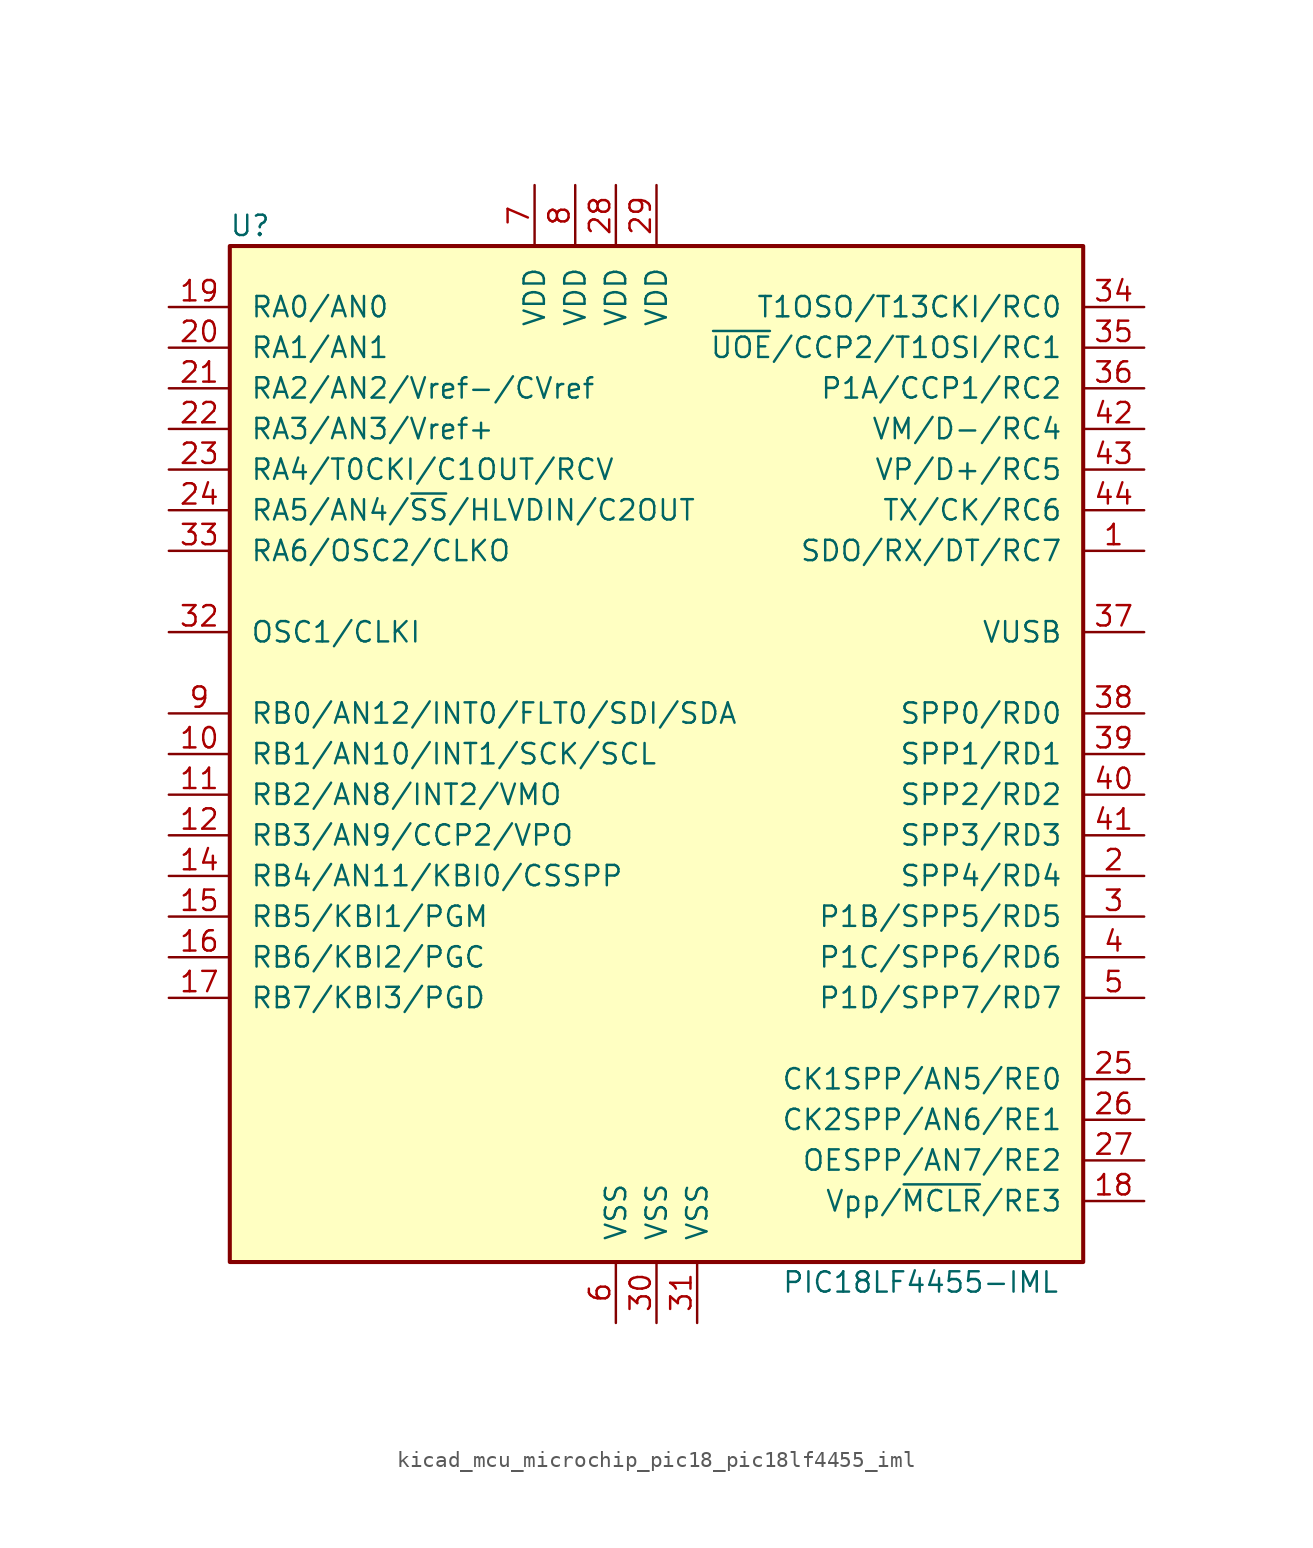
<source format=kicad_sym>
(kicad_symbol_lib
  (version 20220914)
  (generator kicad_symbol_editor)
  (symbol "kicad_mcu_microchip_pic18_pic18lf4455_iml"
    (pin_names
      (offset 1.27))
    (property "Reference" "U"
      (at -25.4 33.02 0)
      (effects (font (size 1.27 1.27))))
    (property "Value" "PIC18LF4455-IML"
      (at 16.51 -33.02 0)
      (effects (font (size 1.27 1.27))))
    (symbol "kicad_mcu_microchip_pic18_pic18lf4455_iml_0_1"
      (rectangle (start -26.67 31.75) (end 26.67 -31.75) (stroke (width 0.254) (type default)) (fill (type background))))
    (symbol "kicad_mcu_microchip_pic18_pic18lf4455_iml_1_1"
      (pin bidirectional line (at 30.48 12.7 180) (length 3.81) (name "SDO/RX/DT/RC7" (effects (font (size 1.27 1.27)))) (number "1" (effects (font (size 1.27 1.27)))))
      (pin bidirectional line (at -30.48 0 0) (length 3.81) (name "RB1/AN10/INT1/SCK/SCL" (effects (font (size 1.27 1.27)))) (number "10" (effects (font (size 1.27 1.27)))))
      (pin bidirectional line (at -30.48 -2.54 0) (length 3.81) (name "RB2/AN8/INT2/VMO" (effects (font (size 1.27 1.27)))) (number "11" (effects (font (size 1.27 1.27)))))
      (pin bidirectional line (at -30.48 -5.08 0) (length 3.81) (name "RB3/AN9/CCP2/VPO" (effects (font (size 1.27 1.27)))) (number "12" (effects (font (size 1.27 1.27)))))
      (pin no_connect line (at -7.62 -31.75 90) (length 3.81) hide (name "NC" (effects (font (size 1.27 1.27)))) (number "13" (effects (font (size 1.27 1.27)))))
      (pin bidirectional line (at -30.48 -7.62 0) (length 3.81) (name "RB4/AN11/KBI0/CSSPP" (effects (font (size 1.27 1.27)))) (number "14" (effects (font (size 1.27 1.27)))))
      (pin bidirectional line (at -30.48 -10.16 0) (length 3.81) (name "RB5/KBI1/PGM" (effects (font (size 1.27 1.27)))) (number "15" (effects (font (size 1.27 1.27)))))
      (pin bidirectional line (at -30.48 -12.7 0) (length 3.81) (name "RB6/KBI2/PGC" (effects (font (size 1.27 1.27)))) (number "16" (effects (font (size 1.27 1.27)))))
      (pin bidirectional line (at -30.48 -15.24 0) (length 3.81) (name "RB7/KBI3/PGD" (effects (font (size 1.27 1.27)))) (number "17" (effects (font (size 1.27 1.27)))))
      (pin input line (at 30.48 -27.94 180) (length 3.81) (name "Vpp/~{MCLR}/RE3" (effects (font (size 1.27 1.27)))) (number "18" (effects (font (size 1.27 1.27)))))
      (pin bidirectional line (at -30.48 27.94 0) (length 3.81) (name "RA0/AN0" (effects (font (size 1.27 1.27)))) (number "19" (effects (font (size 1.27 1.27)))))
      (pin bidirectional line (at 30.48 -7.62 180) (length 3.81) (name "SPP4/RD4" (effects (font (size 1.27 1.27)))) (number "2" (effects (font (size 1.27 1.27)))))
      (pin bidirectional line (at -30.48 25.4 0) (length 3.81) (name "RA1/AN1" (effects (font (size 1.27 1.27)))) (number "20" (effects (font (size 1.27 1.27)))))
      (pin bidirectional line (at -30.48 22.86 0) (length 3.81) (name "RA2/AN2/Vref-/CVref" (effects (font (size 1.27 1.27)))) (number "21" (effects (font (size 1.27 1.27)))))
      (pin bidirectional line (at -30.48 20.32 0) (length 3.81) (name "RA3/AN3/Vref+" (effects (font (size 1.27 1.27)))) (number "22" (effects (font (size 1.27 1.27)))))
      (pin bidirectional line (at -30.48 17.78 0) (length 3.81) (name "RA4/T0CKI/C1OUT/RCV" (effects (font (size 1.27 1.27)))) (number "23" (effects (font (size 1.27 1.27)))))
      (pin bidirectional line (at -30.48 15.24 0) (length 3.81) (name "RA5/AN4/~{SS}/HLVDIN/C2OUT" (effects (font (size 1.27 1.27)))) (number "24" (effects (font (size 1.27 1.27)))))
      (pin bidirectional line (at 30.48 -20.32 180) (length 3.81) (name "CK1SPP/AN5/RE0" (effects (font (size 1.27 1.27)))) (number "25" (effects (font (size 1.27 1.27)))))
      (pin bidirectional line (at 30.48 -22.86 180) (length 3.81) (name "CK2SPP/AN6/RE1" (effects (font (size 1.27 1.27)))) (number "26" (effects (font (size 1.27 1.27)))))
      (pin bidirectional line (at 30.48 -25.4 180) (length 3.81) (name "OESPP/AN7/RE2" (effects (font (size 1.27 1.27)))) (number "27" (effects (font (size 1.27 1.27)))))
      (pin power_in line (at -2.54 35.56 270) (length 3.81) (name "VDD" (effects (font (size 1.27 1.27)))) (number "28" (effects (font (size 1.27 1.27)))))
      (pin power_in line (at 0 35.56 270) (length 3.81) (name "VDD" (effects (font (size 1.27 1.27)))) (number "29" (effects (font (size 1.27 1.27)))))
      (pin bidirectional line (at 30.48 -10.16 180) (length 3.81) (name "P1B/SPP5/RD5" (effects (font (size 1.27 1.27)))) (number "3" (effects (font (size 1.27 1.27)))))
      (pin power_in line (at 0 -35.56 90) (length 3.81) (name "VSS" (effects (font (size 1.27 1.27)))) (number "30" (effects (font (size 1.27 1.27)))))
      (pin power_in line (at 2.54 -35.56 90) (length 3.81) (name "VSS" (effects (font (size 1.27 1.27)))) (number "31" (effects (font (size 1.27 1.27)))))
      (pin input line (at -30.48 7.62 0) (length 3.81) (name "OSC1/CLKI" (effects (font (size 1.27 1.27)))) (number "32" (effects (font (size 1.27 1.27)))))
      (pin output line (at -30.48 12.7 0) (length 3.81) (name "RA6/OSC2/CLKO" (effects (font (size 1.27 1.27)))) (number "33" (effects (font (size 1.27 1.27)))))
      (pin bidirectional line (at 30.48 27.94 180) (length 3.81) (name "T1OSO/T13CKI/RC0" (effects (font (size 1.27 1.27)))) (number "34" (effects (font (size 1.27 1.27)))))
      (pin bidirectional line (at 30.48 25.4 180) (length 3.81) (name "~{UOE}/CCP2/T1OSI/RC1" (effects (font (size 1.27 1.27)))) (number "35" (effects (font (size 1.27 1.27)))))
      (pin bidirectional line (at 30.48 22.86 180) (length 3.81) (name "P1A/CCP1/RC2" (effects (font (size 1.27 1.27)))) (number "36" (effects (font (size 1.27 1.27)))))
      (pin bidirectional line (at 30.48 7.62 180) (length 3.81) (name "VUSB" (effects (font (size 1.27 1.27)))) (number "37" (effects (font (size 1.27 1.27)))))
      (pin bidirectional line (at 30.48 2.54 180) (length 3.81) (name "SPP0/RD0" (effects (font (size 1.27 1.27)))) (number "38" (effects (font (size 1.27 1.27)))))
      (pin bidirectional line (at 30.48 0 180) (length 3.81) (name "SPP1/RD1" (effects (font (size 1.27 1.27)))) (number "39" (effects (font (size 1.27 1.27)))))
      (pin bidirectional line (at 30.48 -12.7 180) (length 3.81) (name "P1C/SPP6/RD6" (effects (font (size 1.27 1.27)))) (number "4" (effects (font (size 1.27 1.27)))))
      (pin bidirectional line (at 30.48 -2.54 180) (length 3.81) (name "SPP2/RD2" (effects (font (size 1.27 1.27)))) (number "40" (effects (font (size 1.27 1.27)))))
      (pin bidirectional line (at 30.48 -5.08 180) (length 3.81) (name "SPP3/RD3" (effects (font (size 1.27 1.27)))) (number "41" (effects (font (size 1.27 1.27)))))
      (pin bidirectional line (at 30.48 20.32 180) (length 3.81) (name "VM/D-/RC4" (effects (font (size 1.27 1.27)))) (number "42" (effects (font (size 1.27 1.27)))))
      (pin bidirectional line (at 30.48 17.78 180) (length 3.81) (name "VP/D+/RC5" (effects (font (size 1.27 1.27)))) (number "43" (effects (font (size 1.27 1.27)))))
      (pin bidirectional line (at 30.48 15.24 180) (length 3.81) (name "TX/CK/RC6" (effects (font (size 1.27 1.27)))) (number "44" (effects (font (size 1.27 1.27)))))
      (pin bidirectional line (at 30.48 -15.24 180) (length 3.81) (name "P1D/SPP7/RD7" (effects (font (size 1.27 1.27)))) (number "5" (effects (font (size 1.27 1.27)))))
      (pin power_in line (at -2.54 -35.56 90) (length 3.81) (name "VSS" (effects (font (size 1.27 1.27)))) (number "6" (effects (font (size 1.27 1.27)))))
      (pin power_in line (at -7.62 35.56 270) (length 3.81) (name "VDD" (effects (font (size 1.27 1.27)))) (number "7" (effects (font (size 1.27 1.27)))))
      (pin power_in line (at -5.08 35.56 270) (length 3.81) (name "VDD" (effects (font (size 1.27 1.27)))) (number "8" (effects (font (size 1.27 1.27)))))
      (pin bidirectional line (at -30.48 2.54 0) (length 3.81) (name "RB0/AN12/INT0/FLT0/SDI/SDA" (effects (font (size 1.27 1.27)))) (number "9" (effects (font (size 1.27 1.27))))))))
</source>
